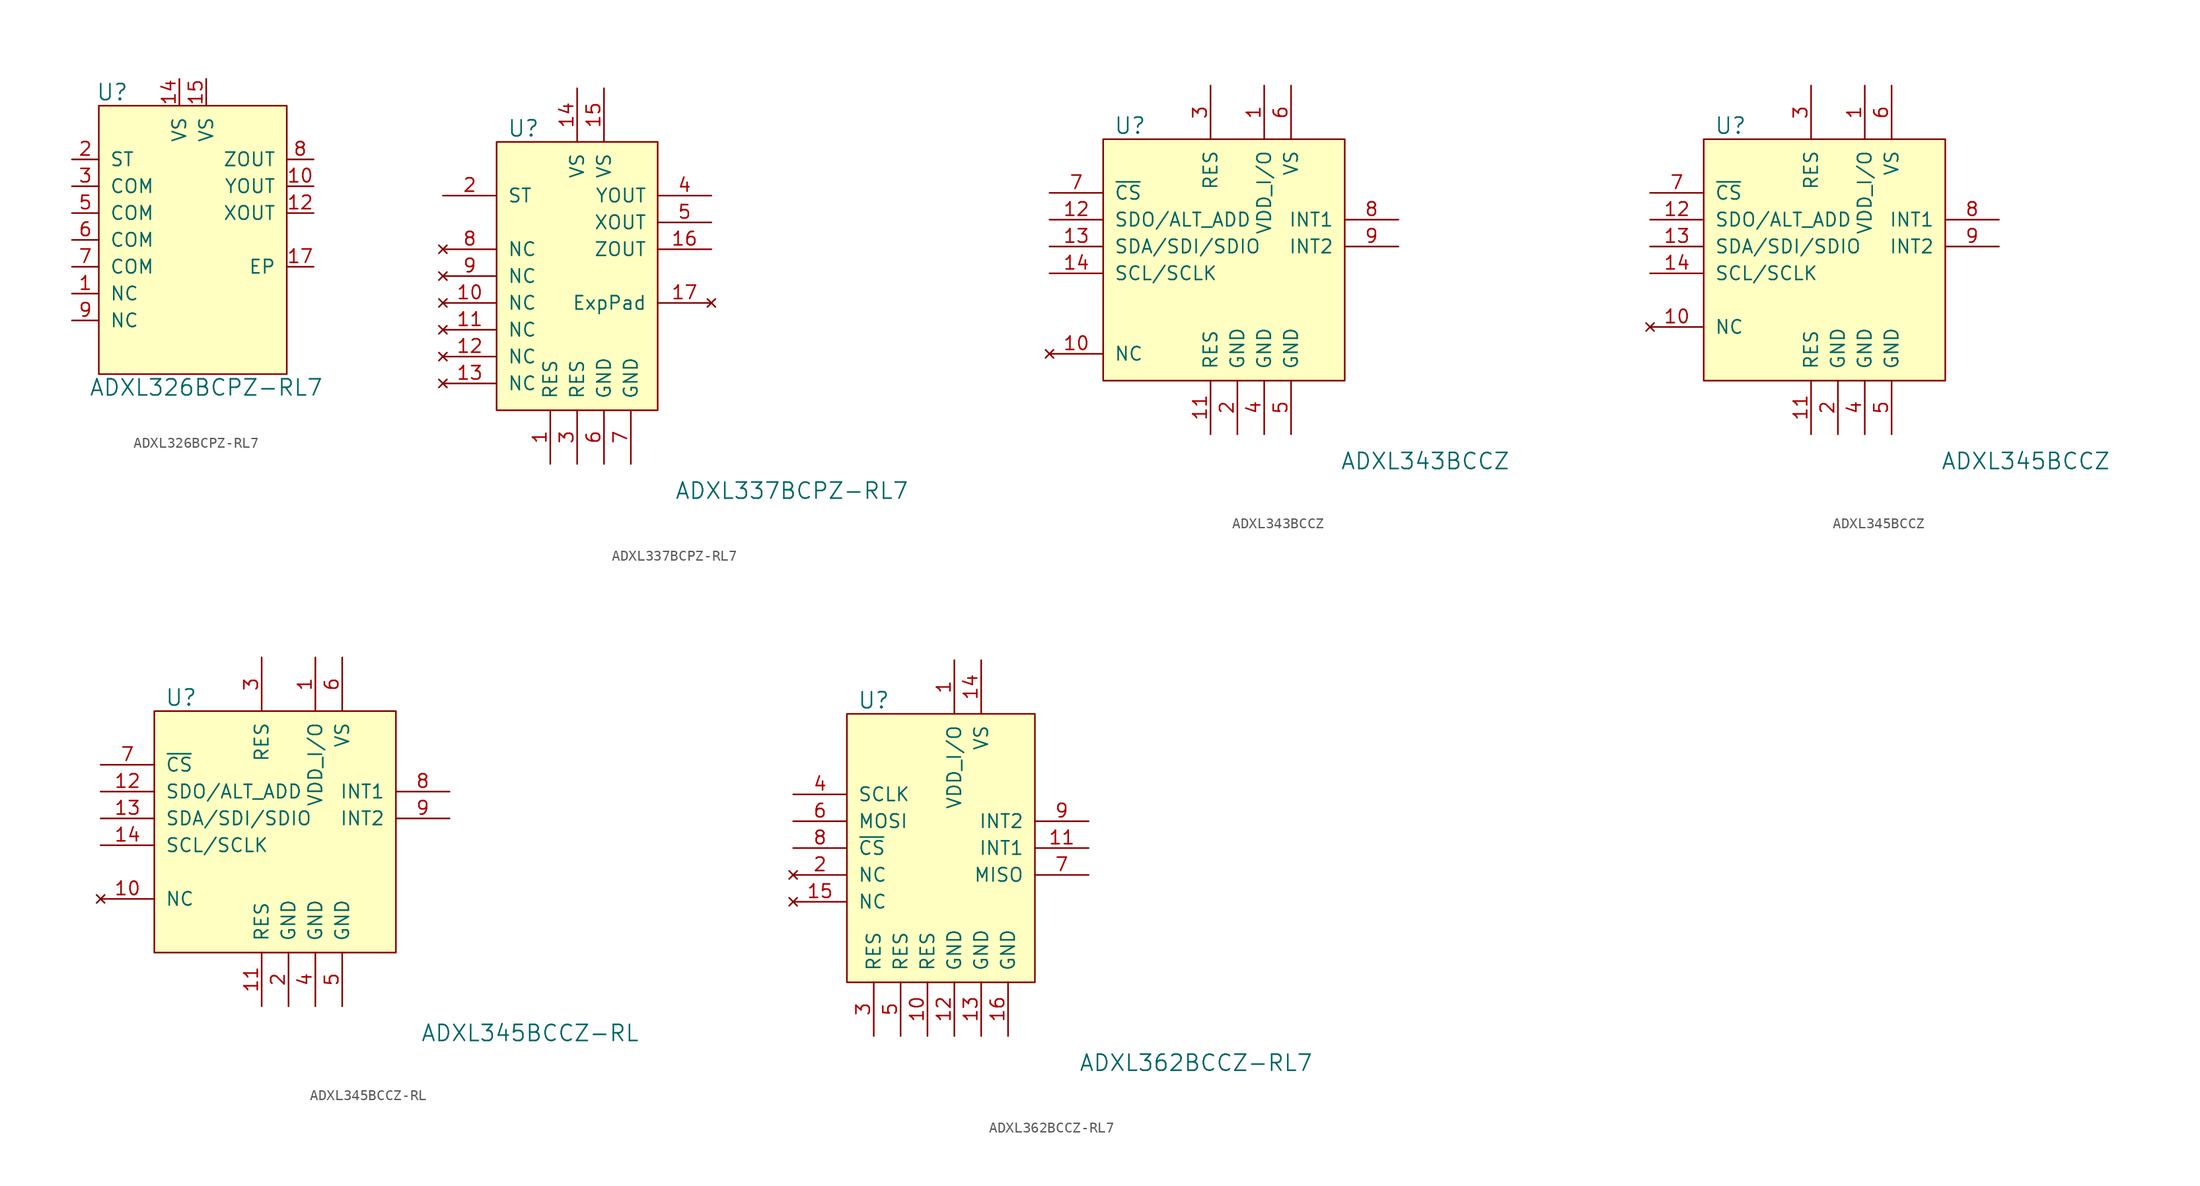
<source format=kicad_sym>
(kicad_symbol_lib
  (version 20201005)
  (generator kicad_symbol_editor)
  (symbol "ADXL326BCPZ-RL7"
    (pin_names
      (offset 1.016))
    (property "Reference" "U"
      (at -8.89 16.51 0)
      (effects (font (size 1.524 1.524))))
    (property "Value" "ADXL326BCPZ-RL7"
      (at 0 -11.43 0)
      (effects (font (size 1.524 1.524))))
    (symbol "ADXL326BCPZ-RL7_0_1"
      (rectangle (start -10.16 15.24) (end 7.62 -10.16) (stroke (width 0)) (fill (type background))))
    (symbol "ADXL326BCPZ-RL7_1_1"
      (pin unspecified line (at -12.7 -2.54 0) (length 2.54) (name "NC" (effects (font (size 1.27 1.27)))) (number "1" (effects (font (size 1.27 1.27)))))
      (pin input line (at -12.7 10.16 0) (length 2.54) (name "ST" (effects (font (size 1.27 1.27)))) (number "2" (effects (font (size 1.27 1.27)))))
      (pin power_in line (at -12.7 7.62 0) (length 2.54) (name "COM" (effects (font (size 1.27 1.27)))) (number "3" (effects (font (size 1.27 1.27)))))
      (pin no_connect line (at 5.08 -10.16 90) (length 2.54) hide (name "NC" (effects (font (size 1.27 1.27)))) (number "4" (effects (font (size 1.27 1.27)))))
      (pin power_in line (at -12.7 5.08 0) (length 2.54) (name "COM" (effects (font (size 1.27 1.27)))) (number "5" (effects (font (size 1.27 1.27)))))
      (pin power_in line (at -12.7 2.54 0) (length 2.54) (name "COM" (effects (font (size 1.27 1.27)))) (number "6" (effects (font (size 1.27 1.27)))))
      (pin power_in line (at -12.7 0 0) (length 2.54) (name "COM" (effects (font (size 1.27 1.27)))) (number "7" (effects (font (size 1.27 1.27)))))
      (pin output line (at 10.16 10.16 180) (length 2.54) (name "ZOUT" (effects (font (size 1.27 1.27)))) (number "8" (effects (font (size 1.27 1.27)))))
      (pin unspecified line (at -12.7 -5.08 0) (length 2.54) (name "NC" (effects (font (size 1.27 1.27)))) (number "9" (effects (font (size 1.27 1.27)))))
      (pin output line (at 10.16 7.62 180) (length 2.54) (name "YOUT" (effects (font (size 1.27 1.27)))) (number "10" (effects (font (size 1.27 1.27)))))
      (pin no_connect line (at -2.54 -10.16 90) (length 2.54) hide (name "NC" (effects (font (size 1.27 1.27)))) (number "11" (effects (font (size 1.27 1.27)))))
      (pin output line (at 10.16 5.08 180) (length 2.54) (name "XOUT" (effects (font (size 1.27 1.27)))) (number "12" (effects (font (size 1.27 1.27)))))
      (pin no_connect line (at 0 -10.16 90) (length 2.54) hide (name "NC" (effects (font (size 1.27 1.27)))) (number "13" (effects (font (size 1.27 1.27)))))
      (pin power_in line (at -2.54 17.78 270) (length 2.54) (name "VS" (effects (font (size 1.27 1.27)))) (number "14" (effects (font (size 1.27 1.27)))))
      (pin power_in line (at 0 17.78 270) (length 2.54) (name "VS" (effects (font (size 1.27 1.27)))) (number "15" (effects (font (size 1.27 1.27)))))
      (pin no_connect line (at 2.54 -10.16 90) (length 2.54) hide (name "NC" (effects (font (size 1.27 1.27)))) (number "16" (effects (font (size 1.27 1.27)))))
      (pin unspecified line (at 10.16 0 180) (length 2.54) (name "EP" (effects (font (size 1.27 1.27)))) (number "17" (effects (font (size 1.27 1.27)))))))
  (symbol "ADXL337BCPZ-RL7"
    (pin_names
      (offset 1.016))
    (property "Reference" "U"
      (at -5.08 13.97 0)
      (effects (font (size 1.524 1.524))))
    (property "Value" "ADXL337BCPZ-RL7"
      (at 20.32 -20.32 0)
      (effects (font (size 1.524 1.524))))
    (symbol "ADXL337BCPZ-RL7_0_1"
      (rectangle (start -7.62 12.7) (end 7.62 -12.7) (stroke (width 0)) (fill (type background))))
    (symbol "ADXL337BCPZ-RL7_1_1"
      (pin input line (at -2.54 -17.78 90) (length 5.08) (name "RES" (effects (font (size 1.27 1.27)))) (number "1" (effects (font (size 1.27 1.27)))))
      (pin input line (at -12.7 7.62 0) (length 5.08) (name "ST" (effects (font (size 1.27 1.27)))) (number "2" (effects (font (size 1.27 1.27)))))
      (pin input line (at 0 -17.78 90) (length 5.08) (name "RES" (effects (font (size 1.27 1.27)))) (number "3" (effects (font (size 1.27 1.27)))))
      (pin output line (at 12.7 7.62 180) (length 5.08) (name "YOUT" (effects (font (size 1.27 1.27)))) (number "4" (effects (font (size 1.27 1.27)))))
      (pin output line (at 12.7 5.08 180) (length 5.08) (name "XOUT" (effects (font (size 1.27 1.27)))) (number "5" (effects (font (size 1.27 1.27)))))
      (pin power_in line (at 2.54 -17.78 90) (length 5.08) (name "GND" (effects (font (size 1.27 1.27)))) (number "6" (effects (font (size 1.27 1.27)))))
      (pin power_in line (at 5.08 -17.78 90) (length 5.08) (name "GND" (effects (font (size 1.27 1.27)))) (number "7" (effects (font (size 1.27 1.27)))))
      (pin no_connect line (at -12.7 2.54 0) (length 5.08) (name "NC" (effects (font (size 1.27 1.27)))) (number "8" (effects (font (size 1.27 1.27)))))
      (pin no_connect line (at -12.7 0 0) (length 5.08) (name "NC" (effects (font (size 1.27 1.27)))) (number "9" (effects (font (size 1.27 1.27)))))
      (pin no_connect line (at -12.7 -2.54 0) (length 5.08) (name "NC" (effects (font (size 1.27 1.27)))) (number "10" (effects (font (size 1.27 1.27)))))
      (pin no_connect line (at -12.7 -5.08 0) (length 5.08) (name "NC" (effects (font (size 1.27 1.27)))) (number "11" (effects (font (size 1.27 1.27)))))
      (pin no_connect line (at -12.7 -7.62 0) (length 5.08) (name "NC" (effects (font (size 1.27 1.27)))) (number "12" (effects (font (size 1.27 1.27)))))
      (pin no_connect line (at -12.7 -10.16 0) (length 5.08) (name "NC" (effects (font (size 1.27 1.27)))) (number "13" (effects (font (size 1.27 1.27)))))
      (pin power_in line (at 0 17.78 270) (length 5.08) (name "VS" (effects (font (size 1.27 1.27)))) (number "14" (effects (font (size 1.27 1.27)))))
      (pin power_in line (at 2.54 17.78 270) (length 5.08) (name "VS" (effects (font (size 1.27 1.27)))) (number "15" (effects (font (size 1.27 1.27)))))
      (pin output line (at 12.7 2.54 180) (length 5.08) (name "ZOUT" (effects (font (size 1.27 1.27)))) (number "16" (effects (font (size 1.27 1.27)))))
      (pin no_connect line (at 12.7 -2.54 180) (length 5.08) (name "ExpPad" (effects (font (size 1.27 1.27)))) (number "17" (effects (font (size 1.27 1.27)))))))
  (symbol "ADXL343BCCZ"
    (pin_names
      (offset 1.016))
    (property "Reference" "U"
      (at -7.62 13.97 0)
      (effects (font (size 1.524 1.524))))
    (property "Value" "ADXL343BCCZ"
      (at 20.32 -17.78 0)
      (effects (font (size 1.524 1.524))))
    (symbol "ADXL343BCCZ_0_1"
      (rectangle (start -10.16 12.7) (end 12.7 -10.16) (stroke (width 0)) (fill (type background))))
    (symbol "ADXL343BCCZ_1_1"
      (pin power_in line (at 5.08 17.78 270) (length 5.08) (name "VDD_I/O" (effects (font (size 1.27 1.27)))) (number "1" (effects (font (size 1.27 1.27)))))
      (pin power_in line (at 2.54 -15.24 90) (length 5.08) (name "GND" (effects (font (size 1.27 1.27)))) (number "2" (effects (font (size 1.27 1.27)))))
      (pin power_in line (at 0 17.78 270) (length 5.08) (name "RES" (effects (font (size 1.27 1.27)))) (number "3" (effects (font (size 1.27 1.27)))))
      (pin power_in line (at 5.08 -15.24 90) (length 5.08) (name "GND" (effects (font (size 1.27 1.27)))) (number "4" (effects (font (size 1.27 1.27)))))
      (pin power_in line (at 7.62 -15.24 90) (length 5.08) (name "GND" (effects (font (size 1.27 1.27)))) (number "5" (effects (font (size 1.27 1.27)))))
      (pin power_in line (at 7.62 17.78 270) (length 5.08) (name "VS" (effects (font (size 1.27 1.27)))) (number "6" (effects (font (size 1.27 1.27)))))
      (pin input line (at -15.24 7.62 0) (length 5.08) (name "~CS" (effects (font (size 1.27 1.27)))) (number "7" (effects (font (size 1.27 1.27)))))
      (pin output line (at 17.78 5.08 180) (length 5.08) (name "INT1" (effects (font (size 1.27 1.27)))) (number "8" (effects (font (size 1.27 1.27)))))
      (pin output line (at 17.78 2.54 180) (length 5.08) (name "INT2" (effects (font (size 1.27 1.27)))) (number "9" (effects (font (size 1.27 1.27)))))
      (pin no_connect line (at -15.24 -7.62 0) (length 5.08) (name "NC" (effects (font (size 1.27 1.27)))) (number "10" (effects (font (size 1.27 1.27)))))
      (pin power_in line (at 0 -15.24 90) (length 5.08) (name "RES" (effects (font (size 1.27 1.27)))) (number "11" (effects (font (size 1.27 1.27)))))
      (pin bidirectional line (at -15.24 5.08 0) (length 5.08) (name "SDO/ALT_ADD" (effects (font (size 1.27 1.27)))) (number "12" (effects (font (size 1.27 1.27)))))
      (pin bidirectional line (at -15.24 2.54 0) (length 5.08) (name "SDA/SDI/SDIO" (effects (font (size 1.27 1.27)))) (number "13" (effects (font (size 1.27 1.27)))))
      (pin bidirectional line (at -15.24 0 0) (length 5.08) (name "SCL/SCLK" (effects (font (size 1.27 1.27)))) (number "14" (effects (font (size 1.27 1.27)))))))
  (symbol "ADXL345BCCZ"
    (pin_names
      (offset 1.016))
    (property "Reference" "U"
      (at -7.62 11.43 0)
      (effects (font (size 1.524 1.524))))
    (property "Value" "ADXL345BCCZ"
      (at 20.32 -20.32 0)
      (effects (font (size 1.524 1.524))))
    (symbol "ADXL345BCCZ_0_1"
      (rectangle (start -10.16 10.16) (end 12.7 -12.7) (stroke (width 0)) (fill (type background))))
    (symbol "ADXL345BCCZ_1_1"
      (pin power_in line (at 5.08 15.24 270) (length 5.08) (name "VDD_I/O" (effects (font (size 1.27 1.27)))) (number "1" (effects (font (size 1.27 1.27)))))
      (pin power_in line (at 2.54 -17.78 90) (length 5.08) (name "GND" (effects (font (size 1.27 1.27)))) (number "2" (effects (font (size 1.27 1.27)))))
      (pin power_in line (at 0 15.24 270) (length 5.08) (name "RES" (effects (font (size 1.27 1.27)))) (number "3" (effects (font (size 1.27 1.27)))))
      (pin power_in line (at 5.08 -17.78 90) (length 5.08) (name "GND" (effects (font (size 1.27 1.27)))) (number "4" (effects (font (size 1.27 1.27)))))
      (pin power_in line (at 7.62 -17.78 90) (length 5.08) (name "GND" (effects (font (size 1.27 1.27)))) (number "5" (effects (font (size 1.27 1.27)))))
      (pin power_in line (at 7.62 15.24 270) (length 5.08) (name "VS" (effects (font (size 1.27 1.27)))) (number "6" (effects (font (size 1.27 1.27)))))
      (pin input line (at -15.24 5.08 0) (length 5.08) (name "~CS" (effects (font (size 1.27 1.27)))) (number "7" (effects (font (size 1.27 1.27)))))
      (pin output line (at 17.78 2.54 180) (length 5.08) (name "INT1" (effects (font (size 1.27 1.27)))) (number "8" (effects (font (size 1.27 1.27)))))
      (pin output line (at 17.78 0 180) (length 5.08) (name "INT2" (effects (font (size 1.27 1.27)))) (number "9" (effects (font (size 1.27 1.27)))))
      (pin no_connect line (at -15.24 -7.62 0) (length 5.08) (name "NC" (effects (font (size 1.27 1.27)))) (number "10" (effects (font (size 1.27 1.27)))))
      (pin power_in line (at 0 -17.78 90) (length 5.08) (name "RES" (effects (font (size 1.27 1.27)))) (number "11" (effects (font (size 1.27 1.27)))))
      (pin bidirectional line (at -15.24 2.54 0) (length 5.08) (name "SDO/ALT_ADD" (effects (font (size 1.27 1.27)))) (number "12" (effects (font (size 1.27 1.27)))))
      (pin bidirectional line (at -15.24 0 0) (length 5.08) (name "SDA/SDI/SDIO" (effects (font (size 1.27 1.27)))) (number "13" (effects (font (size 1.27 1.27)))))
      (pin bidirectional line (at -15.24 -2.54 0) (length 5.08) (name "SCL/SCLK" (effects (font (size 1.27 1.27)))) (number "14" (effects (font (size 1.27 1.27)))))))
  (symbol "ADXL345BCCZ-RL"
    (pin_names
      (offset 1.016))
    (property "Reference" "U"
      (at -10.16 13.97 0)
      (effects (font (size 1.524 1.524))))
    (property "Value" "ADXL345BCCZ-RL"
      (at 22.86 -17.78 0)
      (effects (font (size 1.524 1.524))))
    (symbol "ADXL345BCCZ-RL_0_1"
      (rectangle (start -12.7 12.7) (end 10.16 -10.16) (stroke (width 0)) (fill (type background))))
    (symbol "ADXL345BCCZ-RL_1_1"
      (pin power_in line (at 2.54 17.78 270) (length 5.08) (name "VDD_I/O" (effects (font (size 1.27 1.27)))) (number "1" (effects (font (size 1.27 1.27)))))
      (pin power_in line (at 0 -15.24 90) (length 5.08) (name "GND" (effects (font (size 1.27 1.27)))) (number "2" (effects (font (size 1.27 1.27)))))
      (pin power_in line (at -2.54 17.78 270) (length 5.08) (name "RES" (effects (font (size 1.27 1.27)))) (number "3" (effects (font (size 1.27 1.27)))))
      (pin power_in line (at 2.54 -15.24 90) (length 5.08) (name "GND" (effects (font (size 1.27 1.27)))) (number "4" (effects (font (size 1.27 1.27)))))
      (pin power_in line (at 5.08 -15.24 90) (length 5.08) (name "GND" (effects (font (size 1.27 1.27)))) (number "5" (effects (font (size 1.27 1.27)))))
      (pin power_in line (at 5.08 17.78 270) (length 5.08) (name "VS" (effects (font (size 1.27 1.27)))) (number "6" (effects (font (size 1.27 1.27)))))
      (pin input line (at -17.78 7.62 0) (length 5.08) (name "~CS" (effects (font (size 1.27 1.27)))) (number "7" (effects (font (size 1.27 1.27)))))
      (pin output line (at 15.24 5.08 180) (length 5.08) (name "INT1" (effects (font (size 1.27 1.27)))) (number "8" (effects (font (size 1.27 1.27)))))
      (pin output line (at 15.24 2.54 180) (length 5.08) (name "INT2" (effects (font (size 1.27 1.27)))) (number "9" (effects (font (size 1.27 1.27)))))
      (pin no_connect line (at -17.78 -5.08 0) (length 5.08) (name "NC" (effects (font (size 1.27 1.27)))) (number "10" (effects (font (size 1.27 1.27)))))
      (pin power_in line (at -2.54 -15.24 90) (length 5.08) (name "RES" (effects (font (size 1.27 1.27)))) (number "11" (effects (font (size 1.27 1.27)))))
      (pin bidirectional line (at -17.78 5.08 0) (length 5.08) (name "SDO/ALT_ADD" (effects (font (size 1.27 1.27)))) (number "12" (effects (font (size 1.27 1.27)))))
      (pin bidirectional line (at -17.78 2.54 0) (length 5.08) (name "SDA/SDI/SDIO" (effects (font (size 1.27 1.27)))) (number "13" (effects (font (size 1.27 1.27)))))
      (pin bidirectional line (at -17.78 0 0) (length 5.08) (name "SCL/SCLK" (effects (font (size 1.27 1.27)))) (number "14" (effects (font (size 1.27 1.27)))))))
  (symbol "ADXL362BCCZ-RL7"
    (pin_names
      (offset 1.016))
    (property "Reference" "U"
      (at -7.62 13.97 0)
      (effects (font (size 1.524 1.524))))
    (property "Value" "ADXL362BCCZ-RL7"
      (at 22.86 -20.32 0)
      (effects (font (size 1.524 1.524))))
    (symbol "ADXL362BCCZ-RL7_0_1"
      (rectangle (start -10.16 12.7) (end 7.62 -12.7) (stroke (width 0)) (fill (type background))))
    (symbol "ADXL362BCCZ-RL7_1_1"
      (pin power_in line (at 0 17.78 270) (length 5.08) (name "VDD_I/O" (effects (font (size 1.27 1.27)))) (number "1" (effects (font (size 1.27 1.27)))))
      (pin no_connect line (at -15.24 -2.54 0) (length 5.08) (name "NC" (effects (font (size 1.27 1.27)))) (number "2" (effects (font (size 1.27 1.27)))))
      (pin power_in line (at -7.62 -17.78 90) (length 5.08) (name "RES" (effects (font (size 1.27 1.27)))) (number "3" (effects (font (size 1.27 1.27)))))
      (pin input line (at -15.24 5.08 0) (length 5.08) (name "SCLK" (effects (font (size 1.27 1.27)))) (number "4" (effects (font (size 1.27 1.27)))))
      (pin power_in line (at -5.08 -17.78 90) (length 5.08) (name "RES" (effects (font (size 1.27 1.27)))) (number "5" (effects (font (size 1.27 1.27)))))
      (pin input line (at -15.24 2.54 0) (length 5.08) (name "MOSI" (effects (font (size 1.27 1.27)))) (number "6" (effects (font (size 1.27 1.27)))))
      (pin output line (at 12.7 -2.54 180) (length 5.08) (name "MISO" (effects (font (size 1.27 1.27)))) (number "7" (effects (font (size 1.27 1.27)))))
      (pin input line (at -15.24 0 0) (length 5.08) (name "~CS" (effects (font (size 1.27 1.27)))) (number "8" (effects (font (size 1.27 1.27)))))
      (pin output line (at 12.7 2.54 180) (length 5.08) (name "INT2" (effects (font (size 1.27 1.27)))) (number "9" (effects (font (size 1.27 1.27)))))
      (pin power_in line (at -2.54 -17.78 90) (length 5.08) (name "RES" (effects (font (size 1.27 1.27)))) (number "10" (effects (font (size 1.27 1.27)))))
      (pin output line (at 12.7 0 180) (length 5.08) (name "INT1" (effects (font (size 1.27 1.27)))) (number "11" (effects (font (size 1.27 1.27)))))
      (pin power_in line (at 0 -17.78 90) (length 5.08) (name "GND" (effects (font (size 1.27 1.27)))) (number "12" (effects (font (size 1.27 1.27)))))
      (pin power_in line (at 2.54 -17.78 90) (length 5.08) (name "GND" (effects (font (size 1.27 1.27)))) (number "13" (effects (font (size 1.27 1.27)))))
      (pin power_in line (at 2.54 17.78 270) (length 5.08) (name "VS" (effects (font (size 1.27 1.27)))) (number "14" (effects (font (size 1.27 1.27)))))
      (pin no_connect line (at -15.24 -5.08 0) (length 5.08) (name "NC" (effects (font (size 1.27 1.27)))) (number "15" (effects (font (size 1.27 1.27)))))
      (pin power_in line (at 5.08 -17.78 90) (length 5.08) (name "GND" (effects (font (size 1.27 1.27)))) (number "16" (effects (font (size 1.27 1.27))))))))
</source>
